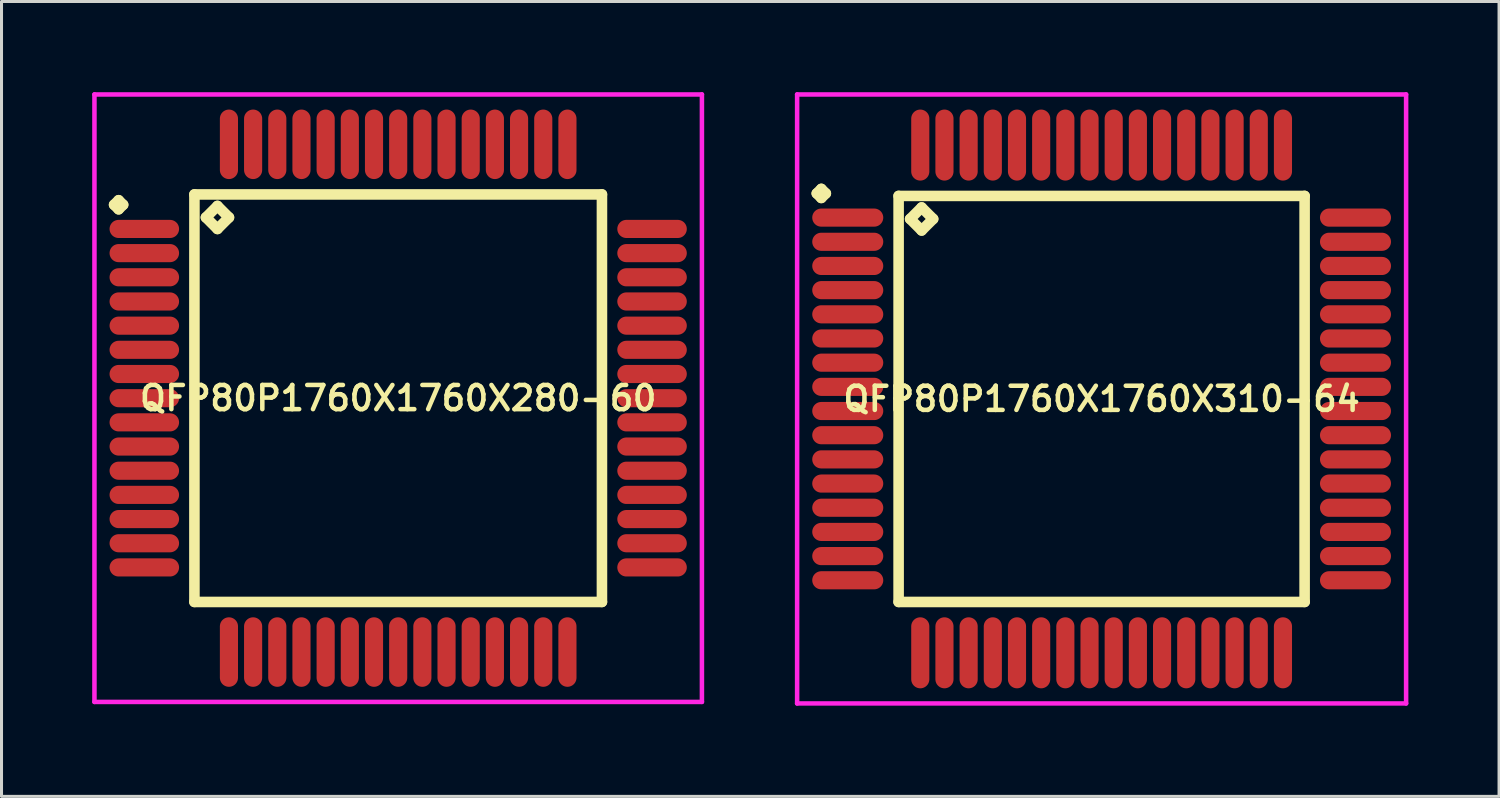
<source format=kicad_pcb>
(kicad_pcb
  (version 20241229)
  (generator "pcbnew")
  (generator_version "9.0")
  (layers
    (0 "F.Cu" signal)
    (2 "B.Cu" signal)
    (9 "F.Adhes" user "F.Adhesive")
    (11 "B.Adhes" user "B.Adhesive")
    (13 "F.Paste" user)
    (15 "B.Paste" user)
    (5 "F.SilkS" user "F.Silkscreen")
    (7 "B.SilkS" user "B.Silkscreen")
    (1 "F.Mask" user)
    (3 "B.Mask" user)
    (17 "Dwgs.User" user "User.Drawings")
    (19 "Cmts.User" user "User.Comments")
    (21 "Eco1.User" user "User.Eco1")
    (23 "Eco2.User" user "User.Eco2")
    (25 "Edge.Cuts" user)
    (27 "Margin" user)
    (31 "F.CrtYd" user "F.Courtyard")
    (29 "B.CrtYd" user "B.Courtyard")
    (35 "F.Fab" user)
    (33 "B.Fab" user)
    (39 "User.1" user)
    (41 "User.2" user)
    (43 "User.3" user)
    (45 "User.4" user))
  (footprint "QFP80P1760X1760X310-64"
    (layer "F.Cu")
    (at 33.4 10.15)
    (property "Reference" "QFP80P1760X1760X310-64" (at 0 0 0) (layer "F.SilkS") (effects (font (size 0.8 0.8) (thickness 0.15))))
    (attr through_hole)
    (fp_line (start -9.425 -6.8) (end -9.275 -6.95) (stroke (width 0.35) (type solid)) (layer "F.SilkS"))
    (fp_line (start -9.275 -6.95) (end -9.125 -6.8) (stroke (width 0.35) (type solid)) (layer "F.SilkS"))
    (fp_line (start -9.275 -6.65) (end -9.425 -6.8) (stroke (width 0.35) (type solid)) (layer "F.SilkS"))
    (fp_line (start -9.125 -6.8) (end -9.275 -6.65) (stroke (width 0.35) (type solid)) (layer "F.SilkS"))
    (fp_line (start -6.717 -6.717) (end -6.717 6.717) (stroke (width 0.35) (type solid)) (layer "F.SilkS"))
    (fp_line (start -6.717 6.717) (end 6.717 6.717) (stroke (width 0.35) (type solid)) (layer "F.SilkS"))
    (fp_line (start -6.336 -5.955) (end -5.955 -6.336) (stroke (width 0.35) (type solid)) (layer "F.SilkS"))
    (fp_line (start -5.955 -6.336) (end -5.574 -5.955) (stroke (width 0.35) (type solid)) (layer "F.SilkS"))
    (fp_line (start -5.955 -5.574) (end -6.336 -5.955) (stroke (width 0.35) (type solid)) (layer "F.SilkS"))
    (fp_line (start -5.574 -5.955) (end -5.955 -5.574) (stroke (width 0.35) (type solid)) (layer "F.SilkS"))
    (fp_line (start 6.717 -6.717) (end -6.717 -6.717) (stroke (width 0.35) (type solid)) (layer "F.SilkS"))
    (fp_line (start 6.717 6.717) (end 6.717 -6.717) (stroke (width 0.35) (type solid)) (layer "F.SilkS"))
    (fp_line (start -10.075 -10.075) (end 10.075 -10.075) (stroke (width 0.15) (type solid)) (layer "F.CrtYd"))
    (fp_line (start -10.075 10.075) (end -10.075 -10.075) (stroke (width 0.15) (type solid)) (layer "F.CrtYd"))
    (fp_line (start 10.075 -10.075) (end 10.075 10.075) (stroke (width 0.15) (type solid)) (layer "F.CrtYd"))
    (fp_line (start 10.075 10.075) (end -10.075 10.075) (stroke (width 0.15) (type solid)) (layer "F.CrtYd"))
    (pad "1" smd oval (at -8.4 -6) (size 2.35 0.6) (layers "F.Cu" "F.Mask" "F.Paste"))
    (pad "2" smd oval (at -8.4 -5.2) (size 2.35 0.6) (layers "F.Cu" "F.Mask" "F.Paste"))
    (pad "3" smd oval (at -8.4 -4.4) (size 2.35 0.6) (layers "F.Cu" "F.Mask" "F.Paste"))
    (pad "4" smd oval (at -8.4 -3.6) (size 2.35 0.6) (layers "F.Cu" "F.Mask" "F.Paste"))
    (pad "5" smd oval (at -8.4 -2.8) (size 2.35 0.6) (layers "F.Cu" "F.Mask" "F.Paste"))
    (pad "6" smd oval (at -8.4 -2) (size 2.35 0.6) (layers "F.Cu" "F.Mask" "F.Paste"))
    (pad "7" smd oval (at -8.4 -1.2) (size 2.35 0.6) (layers "F.Cu" "F.Mask" "F.Paste"))
    (pad "8" smd oval (at -8.4 -0.4) (size 2.35 0.6) (layers "F.Cu" "F.Mask" "F.Paste"))
    (pad "9" smd oval (at -8.4 0.4) (size 2.35 0.6) (layers "F.Cu" "F.Mask" "F.Paste"))
    (pad "10" smd oval (at -8.4 1.2) (size 2.35 0.6) (layers "F.Cu" "F.Mask" "F.Paste"))
    (pad "11" smd oval (at -8.4 2) (size 2.35 0.6) (layers "F.Cu" "F.Mask" "F.Paste"))
    (pad "12" smd oval (at -8.4 2.8) (size 2.35 0.6) (layers "F.Cu" "F.Mask" "F.Paste"))
    (pad "13" smd oval (at -8.4 3.6) (size 2.35 0.6) (layers "F.Cu" "F.Mask" "F.Paste"))
    (pad "14" smd oval (at -8.4 4.4) (size 2.35 0.6) (layers "F.Cu" "F.Mask" "F.Paste"))
    (pad "15" smd oval (at -8.4 5.2) (size 2.35 0.6) (layers "F.Cu" "F.Mask" "F.Paste"))
    (pad "16" smd oval (at -8.4 6) (size 2.35 0.6) (layers "F.Cu" "F.Mask" "F.Paste"))
    (pad "17" smd oval (at -6 8.4) (size 0.6 2.35) (layers "F.Cu" "F.Mask" "F.Paste"))
    (pad "18" smd oval (at -5.2 8.4) (size 0.6 2.35) (layers "F.Cu" "F.Mask" "F.Paste"))
    (pad "19" smd oval (at -4.4 8.4) (size 0.6 2.35) (layers "F.Cu" "F.Mask" "F.Paste"))
    (pad "20" smd oval (at -3.6 8.4) (size 0.6 2.35) (layers "F.Cu" "F.Mask" "F.Paste"))
    (pad "21" smd oval (at -2.8 8.4) (size 0.6 2.35) (layers "F.Cu" "F.Mask" "F.Paste"))
    (pad "22" smd oval (at -2 8.4) (size 0.6 2.35) (layers "F.Cu" "F.Mask" "F.Paste"))
    (pad "23" smd oval (at -1.2 8.4) (size 0.6 2.35) (layers "F.Cu" "F.Mask" "F.Paste"))
    (pad "24" smd oval (at -0.4 8.4) (size 0.6 2.35) (layers "F.Cu" "F.Mask" "F.Paste"))
    (pad "25" smd oval (at 0.4 8.4) (size 0.6 2.35) (layers "F.Cu" "F.Mask" "F.Paste"))
    (pad "26" smd oval (at 1.2 8.4) (size 0.6 2.35) (layers "F.Cu" "F.Mask" "F.Paste"))
    (pad "27" smd oval (at 2 8.4) (size 0.6 2.35) (layers "F.Cu" "F.Mask" "F.Paste"))
    (pad "28" smd oval (at 2.8 8.4) (size 0.6 2.35) (layers "F.Cu" "F.Mask" "F.Paste"))
    (pad "29" smd oval (at 3.6 8.4) (size 0.6 2.35) (layers "F.Cu" "F.Mask" "F.Paste"))
    (pad "30" smd oval (at 4.4 8.4) (size 0.6 2.35) (layers "F.Cu" "F.Mask" "F.Paste"))
    (pad "31" smd oval (at 5.2 8.4) (size 0.6 2.35) (layers "F.Cu" "F.Mask" "F.Paste"))
    (pad "32" smd oval (at 6 8.4) (size 0.6 2.35) (layers "F.Cu" "F.Mask" "F.Paste"))
    (pad "33" smd oval (at 8.4 6) (size 2.35 0.6) (layers "F.Cu" "F.Mask" "F.Paste"))
    (pad "34" smd oval (at 8.4 5.2) (size 2.35 0.6) (layers "F.Cu" "F.Mask" "F.Paste"))
    (pad "35" smd oval (at 8.4 4.4) (size 2.35 0.6) (layers "F.Cu" "F.Mask" "F.Paste"))
    (pad "36" smd oval (at 8.4 3.6) (size 2.35 0.6) (layers "F.Cu" "F.Mask" "F.Paste"))
    (pad "37" smd oval (at 8.4 2.8) (size 2.35 0.6) (layers "F.Cu" "F.Mask" "F.Paste"))
    (pad "38" smd oval (at 8.4 2) (size 2.35 0.6) (layers "F.Cu" "F.Mask" "F.Paste"))
    (pad "39" smd oval (at 8.4 1.2) (size 2.35 0.6) (layers "F.Cu" "F.Mask" "F.Paste"))
    (pad "40" smd oval (at 8.4 0.4) (size 2.35 0.6) (layers "F.Cu" "F.Mask" "F.Paste"))
    (pad "41" smd oval (at 8.4 -0.4) (size 2.35 0.6) (layers "F.Cu" "F.Mask" "F.Paste"))
    (pad "42" smd oval (at 8.4 -1.2) (size 2.35 0.6) (layers "F.Cu" "F.Mask" "F.Paste"))
    (pad "43" smd oval (at 8.4 -2) (size 2.35 0.6) (layers "F.Cu" "F.Mask" "F.Paste"))
    (pad "44" smd oval (at 8.4 -2.8) (size 2.35 0.6) (layers "F.Cu" "F.Mask" "F.Paste"))
    (pad "45" smd oval (at 8.4 -3.6) (size 2.35 0.6) (layers "F.Cu" "F.Mask" "F.Paste"))
    (pad "46" smd oval (at 8.4 -4.4) (size 2.35 0.6) (layers "F.Cu" "F.Mask" "F.Paste"))
    (pad "47" smd oval (at 8.4 -5.2) (size 2.35 0.6) (layers "F.Cu" "F.Mask" "F.Paste"))
    (pad "48" smd oval (at 8.4 -6) (size 2.35 0.6) (layers "F.Cu" "F.Mask" "F.Paste"))
    (pad "49" smd oval (at 6 -8.4) (size 0.6 2.35) (layers "F.Cu" "F.Mask" "F.Paste"))
    (pad "50" smd oval (at 5.2 -8.4) (size 0.6 2.35) (layers "F.Cu" "F.Mask" "F.Paste"))
    (pad "51" smd oval (at 4.4 -8.4) (size 0.6 2.35) (layers "F.Cu" "F.Mask" "F.Paste"))
    (pad "52" smd oval (at 3.6 -8.4) (size 0.6 2.35) (layers "F.Cu" "F.Mask" "F.Paste"))
    (pad "53" smd oval (at 2.8 -8.4) (size 0.6 2.35) (layers "F.Cu" "F.Mask" "F.Paste"))
    (pad "54" smd oval (at 2 -8.4) (size 0.6 2.35) (layers "F.Cu" "F.Mask" "F.Paste"))
    (pad "55" smd oval (at 1.2 -8.4) (size 0.6 2.35) (layers "F.Cu" "F.Mask" "F.Paste"))
    (pad "56" smd oval (at 0.4 -8.4) (size 0.6 2.35) (layers "F.Cu" "F.Mask" "F.Paste"))
    (pad "57" smd oval (at -0.4 -8.4) (size 0.6 2.35) (layers "F.Cu" "F.Mask" "F.Paste"))
    (pad "58" smd oval (at -1.2 -8.4) (size 0.6 2.35) (layers "F.Cu" "F.Mask" "F.Paste"))
    (pad "59" smd oval (at -2 -8.4) (size 0.6 2.35) (layers "F.Cu" "F.Mask" "F.Paste"))
    (pad "60" smd oval (at -2.8 -8.4) (size 0.6 2.35) (layers "F.Cu" "F.Mask" "F.Paste"))
    (pad "61" smd oval (at -3.6 -8.4) (size 0.6 2.35) (layers "F.Cu" "F.Mask" "F.Paste"))
    (pad "62" smd oval (at -4.4 -8.4) (size 0.6 2.35) (layers "F.Cu" "F.Mask" "F.Paste"))
    (pad "63" smd oval (at -5.2 -8.4) (size 0.6 2.35) (layers "F.Cu" "F.Mask" "F.Paste"))
    (pad "64" smd oval (at -6 -8.4) (size 0.6 2.35) (layers "F.Cu" "F.Mask" "F.Paste")))
  (footprint "QFP80P1760X1760X280-60"
    (layer "F.Cu")
    (at 10.125 10.125)
    (property "Reference" "QFP80P1760X1760X280-60" (at 0 0 0) (layer "F.SilkS") (effects (font (size 0.8 0.8) (thickness 0.15))))
    (attr smd)
    (fp_line (start -9.4 -6.4) (end -9.25 -6.55) (stroke (width 0.35) (type solid)) (layer "F.SilkS"))
    (fp_line (start -9.25 -6.55) (end -9.1 -6.4) (stroke (width 0.35) (type solid)) (layer "F.SilkS"))
    (fp_line (start -9.25 -6.25) (end -9.4 -6.4) (stroke (width 0.35) (type solid)) (layer "F.SilkS"))
    (fp_line (start -9.1 -6.4) (end -9.25 -6.25) (stroke (width 0.35) (type solid)) (layer "F.SilkS"))
    (fp_line (start -6.742 -6.742) (end -6.742 6.742) (stroke (width 0.35) (type solid)) (layer "F.SilkS"))
    (fp_line (start -6.742 6.742) (end 6.742 6.742) (stroke (width 0.35) (type solid)) (layer "F.SilkS"))
    (fp_line (start -6.361 -5.98) (end -5.98 -6.361) (stroke (width 0.35) (type solid)) (layer "F.SilkS"))
    (fp_line (start -5.98 -6.361) (end -5.599 -5.98) (stroke (width 0.35) (type solid)) (layer "F.SilkS"))
    (fp_line (start -5.98 -5.599) (end -6.361 -5.98) (stroke (width 0.35) (type solid)) (layer "F.SilkS"))
    (fp_line (start -5.599 -5.98) (end -5.98 -5.599) (stroke (width 0.35) (type solid)) (layer "F.SilkS"))
    (fp_line (start 6.742 -6.742) (end -6.742 -6.742) (stroke (width 0.35) (type solid)) (layer "F.SilkS"))
    (fp_line (start 6.742 6.742) (end 6.742 -6.742) (stroke (width 0.35) (type solid)) (layer "F.SilkS"))
    (fp_line (start -10.05 -10.05) (end 10.05 -10.05) (stroke (width 0.15) (type solid)) (layer "F.CrtYd"))
    (fp_line (start -10.05 10.05) (end -10.05 -10.05) (stroke (width 0.15) (type solid)) (layer "F.CrtYd"))
    (fp_line (start 10.05 -10.05) (end 10.05 10.05) (stroke (width 0.15) (type solid)) (layer "F.CrtYd"))
    (fp_line (start 10.05 10.05) (end -10.05 10.05) (stroke (width 0.15) (type solid)) (layer "F.CrtYd"))
    (pad "1" smd oval (at -8.4 -5.6) (size 2.3 0.6) (layers "F.Cu" "F.Mask" "F.Paste"))
    (pad "2" smd oval (at -8.4 -4.8) (size 2.3 0.6) (layers "F.Cu" "F.Mask" "F.Paste"))
    (pad "3" smd oval (at -8.4 -4) (size 2.3 0.6) (layers "F.Cu" "F.Mask" "F.Paste"))
    (pad "4" smd oval (at -8.4 -3.2) (size 2.3 0.6) (layers "F.Cu" "F.Mask" "F.Paste"))
    (pad "5" smd oval (at -8.4 -2.4) (size 2.3 0.6) (layers "F.Cu" "F.Mask" "F.Paste"))
    (pad "6" smd oval (at -8.4 -1.6) (size 2.3 0.6) (layers "F.Cu" "F.Mask" "F.Paste"))
    (pad "7" smd oval (at -8.4 -0.8) (size 2.3 0.6) (layers "F.Cu" "F.Mask" "F.Paste"))
    (pad "8" smd oval (at -8.4 0) (size 2.3 0.6) (layers "F.Cu" "F.Mask" "F.Paste"))
    (pad "9" smd oval (at -8.4 0.8) (size 2.3 0.6) (layers "F.Cu" "F.Mask" "F.Paste"))
    (pad "10" smd oval (at -8.4 1.6) (size 2.3 0.6) (layers "F.Cu" "F.Mask" "F.Paste"))
    (pad "11" smd oval (at -8.4 2.4) (size 2.3 0.6) (layers "F.Cu" "F.Mask" "F.Paste"))
    (pad "12" smd oval (at -8.4 3.2) (size 2.3 0.6) (layers "F.Cu" "F.Mask" "F.Paste"))
    (pad "13" smd oval (at -8.4 4) (size 2.3 0.6) (layers "F.Cu" "F.Mask" "F.Paste"))
    (pad "14" smd oval (at -8.4 4.8) (size 2.3 0.6) (layers "F.Cu" "F.Mask" "F.Paste"))
    (pad "15" smd oval (at -8.4 5.6) (size 2.3 0.6) (layers "F.Cu" "F.Mask" "F.Paste"))
    (pad "16" smd oval (at -5.6 8.4) (size 0.6 2.3) (layers "F.Cu" "F.Mask" "F.Paste"))
    (pad "17" smd oval (at -4.8 8.4) (size 0.6 2.3) (layers "F.Cu" "F.Mask" "F.Paste"))
    (pad "18" smd oval (at -4 8.4) (size 0.6 2.3) (layers "F.Cu" "F.Mask" "F.Paste"))
    (pad "19" smd oval (at -3.2 8.4) (size 0.6 2.3) (layers "F.Cu" "F.Mask" "F.Paste"))
    (pad "20" smd oval (at -2.4 8.4) (size 0.6 2.3) (layers "F.Cu" "F.Mask" "F.Paste"))
    (pad "21" smd oval (at -1.6 8.4) (size 0.6 2.3) (layers "F.Cu" "F.Mask" "F.Paste"))
    (pad "22" smd oval (at -0.8 8.4) (size 0.6 2.3) (layers "F.Cu" "F.Mask" "F.Paste"))
    (pad "23" smd oval (at 0 8.4) (size 0.6 2.3) (layers "F.Cu" "F.Mask" "F.Paste"))
    (pad "24" smd oval (at 0.8 8.4) (size 0.6 2.3) (layers "F.Cu" "F.Mask" "F.Paste"))
    (pad "25" smd oval (at 1.6 8.4) (size 0.6 2.3) (layers "F.Cu" "F.Mask" "F.Paste"))
    (pad "26" smd oval (at 2.4 8.4) (size 0.6 2.3) (layers "F.Cu" "F.Mask" "F.Paste"))
    (pad "27" smd oval (at 3.2 8.4) (size 0.6 2.3) (layers "F.Cu" "F.Mask" "F.Paste"))
    (pad "28" smd oval (at 4 8.4) (size 0.6 2.3) (layers "F.Cu" "F.Mask" "F.Paste"))
    (pad "29" smd oval (at 4.8 8.4) (size 0.6 2.3) (layers "F.Cu" "F.Mask" "F.Paste"))
    (pad "30" smd oval (at 5.6 8.4) (size 0.6 2.3) (layers "F.Cu" "F.Mask" "F.Paste"))
    (pad "31" smd oval (at 8.4 5.6) (size 2.3 0.6) (layers "F.Cu" "F.Mask" "F.Paste"))
    (pad "32" smd oval (at 8.4 4.8) (size 2.3 0.6) (layers "F.Cu" "F.Mask" "F.Paste"))
    (pad "33" smd oval (at 8.4 4) (size 2.3 0.6) (layers "F.Cu" "F.Mask" "F.Paste"))
    (pad "34" smd oval (at 8.4 3.2) (size 2.3 0.6) (layers "F.Cu" "F.Mask" "F.Paste"))
    (pad "35" smd oval (at 8.4 2.4) (size 2.3 0.6) (layers "F.Cu" "F.Mask" "F.Paste"))
    (pad "36" smd oval (at 8.4 1.6) (size 2.3 0.6) (layers "F.Cu" "F.Mask" "F.Paste"))
    (pad "37" smd oval (at 8.4 0.8) (size 2.3 0.6) (layers "F.Cu" "F.Mask" "F.Paste"))
    (pad "38" smd oval (at 8.4 0) (size 2.3 0.6) (layers "F.Cu" "F.Mask" "F.Paste"))
    (pad "39" smd oval (at 8.4 -0.8) (size 2.3 0.6) (layers "F.Cu" "F.Mask" "F.Paste"))
    (pad "40" smd oval (at 8.4 -1.6) (size 2.3 0.6) (layers "F.Cu" "F.Mask" "F.Paste"))
    (pad "41" smd oval (at 8.4 -2.4) (size 2.3 0.6) (layers "F.Cu" "F.Mask" "F.Paste"))
    (pad "42" smd oval (at 8.4 -3.2) (size 2.3 0.6) (layers "F.Cu" "F.Mask" "F.Paste"))
    (pad "43" smd oval (at 8.4 -4) (size 2.3 0.6) (layers "F.Cu" "F.Mask" "F.Paste"))
    (pad "44" smd oval (at 8.4 -4.8) (size 2.3 0.6) (layers "F.Cu" "F.Mask" "F.Paste"))
    (pad "45" smd oval (at 8.4 -5.6) (size 2.3 0.6) (layers "F.Cu" "F.Mask" "F.Paste"))
    (pad "46" smd oval (at 5.6 -8.4) (size 0.6 2.3) (layers "F.Cu" "F.Mask" "F.Paste"))
    (pad "47" smd oval (at 4.8 -8.4) (size 0.6 2.3) (layers "F.Cu" "F.Mask" "F.Paste"))
    (pad "48" smd oval (at 4 -8.4) (size 0.6 2.3) (layers "F.Cu" "F.Mask" "F.Paste"))
    (pad "49" smd oval (at 3.2 -8.4) (size 0.6 2.3) (layers "F.Cu" "F.Mask" "F.Paste"))
    (pad "50" smd oval (at 2.4 -8.4) (size 0.6 2.3) (layers "F.Cu" "F.Mask" "F.Paste"))
    (pad "51" smd oval (at 1.6 -8.4) (size 0.6 2.3) (layers "F.Cu" "F.Mask" "F.Paste"))
    (pad "52" smd oval (at 0.8 -8.4) (size 0.6 2.3) (layers "F.Cu" "F.Mask" "F.Paste"))
    (pad "53" smd oval (at 0 -8.4) (size 0.6 2.3) (layers "F.Cu" "F.Mask" "F.Paste"))
    (pad "54" smd oval (at -0.8 -8.4) (size 0.6 2.3) (layers "F.Cu" "F.Mask" "F.Paste"))
    (pad "55" smd oval (at -1.6 -8.4) (size 0.6 2.3) (layers "F.Cu" "F.Mask" "F.Paste"))
    (pad "56" smd oval (at -2.4 -8.4) (size 0.6 2.3) (layers "F.Cu" "F.Mask" "F.Paste"))
    (pad "57" smd oval (at -3.2 -8.4) (size 0.6 2.3) (layers "F.Cu" "F.Mask" "F.Paste"))
    (pad "58" smd oval (at -4 -8.4) (size 0.6 2.3) (layers "F.Cu" "F.Mask" "F.Paste"))
    (pad "59" smd oval (at -4.8 -8.4) (size 0.6 2.3) (layers "F.Cu" "F.Mask" "F.Paste"))
    (pad "60" smd oval (at -5.6 -8.4) (size 0.6 2.3) (layers "F.Cu" "F.Mask" "F.Paste")))
  (gr_rect
    (start -3 -3)
    (end 46.55 23.3)
    (stroke (width 0.1) (type default))
    (fill no)
    (layer "Edge.Cuts")))
</source>
